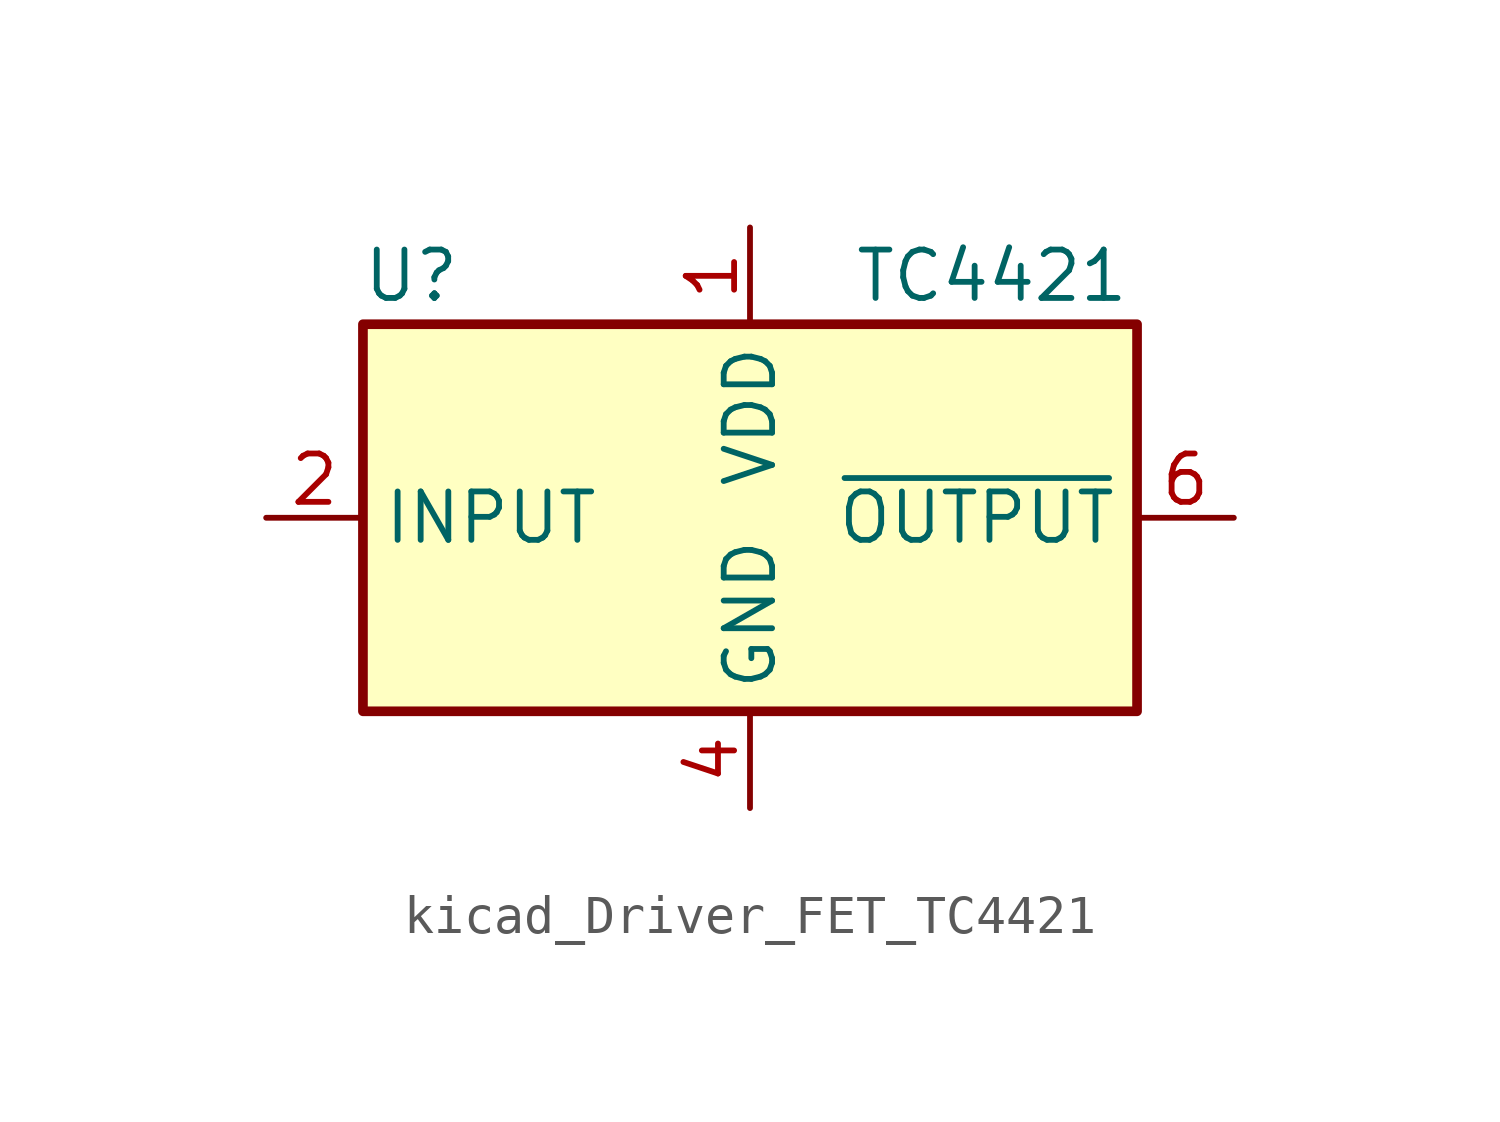
<source format=kicad_sym>
(kicad_symbol_lib
  (version 20220914)
  (generator kicad_symbol_editor)
  (symbol "kicad_Driver_FET_TC4421"
    (property "Reference" "U"
      (at -8.89 6.35 0)
      (effects (font (size 1.27 1.27))))
    (property "Value" "TC4421"
      (at 6.35 6.35 0)
      (effects (font (size 1.27 1.27))))
    (symbol "kicad_Driver_FET_TC4421_0_1"
      (rectangle (start -10.16 5.08) (end 10.16 -5.08) (stroke (width 0.254) (type default)) (fill (type background))))
    (symbol "kicad_Driver_FET_TC4421_1_1"
      (pin power_in line (at 0 7.62 270) (length 2.54) (name "VDD" (effects (font (size 1.27 1.27)))) (number "1" (effects (font (size 1.27 1.27)))))
      (pin input line (at -12.7 0 0) (length 2.54) (name "INPUT" (effects (font (size 1.27 1.27)))) (number "2" (effects (font (size 1.27 1.27)))))
      (pin no_connect line (at -5.08 -5.08 90) (length 2.54) hide (name "NC" (effects (font (size 1.27 1.27)))) (number "3" (effects (font (size 1.27 1.27)))))
      (pin power_in line (at 0 -7.62 90) (length 2.54) (name "GND" (effects (font (size 1.27 1.27)))) (number "4" (effects (font (size 1.27 1.27)))))
      (pin passive line (at 0 -7.62 90) (length 2.54) hide (name "GND" (effects (font (size 1.27 1.27)))) (number "5" (effects (font (size 1.27 1.27)))))
      (pin output line (at 12.7 0 180) (length 2.54) (name "~{OUTPUT}" (effects (font (size 1.27 1.27)))) (number "6" (effects (font (size 1.27 1.27)))))
      (pin passive line (at 12.7 0 180) (length 2.54) hide (name "~{OUTPUT}" (effects (font (size 1.27 1.27)))) (number "7" (effects (font (size 1.27 1.27)))))
      (pin passive line (at 0 7.62 270) (length 2.54) hide (name "VDD" (effects (font (size 1.27 1.27)))) (number "8" (effects (font (size 1.27 1.27))))))))
</source>
